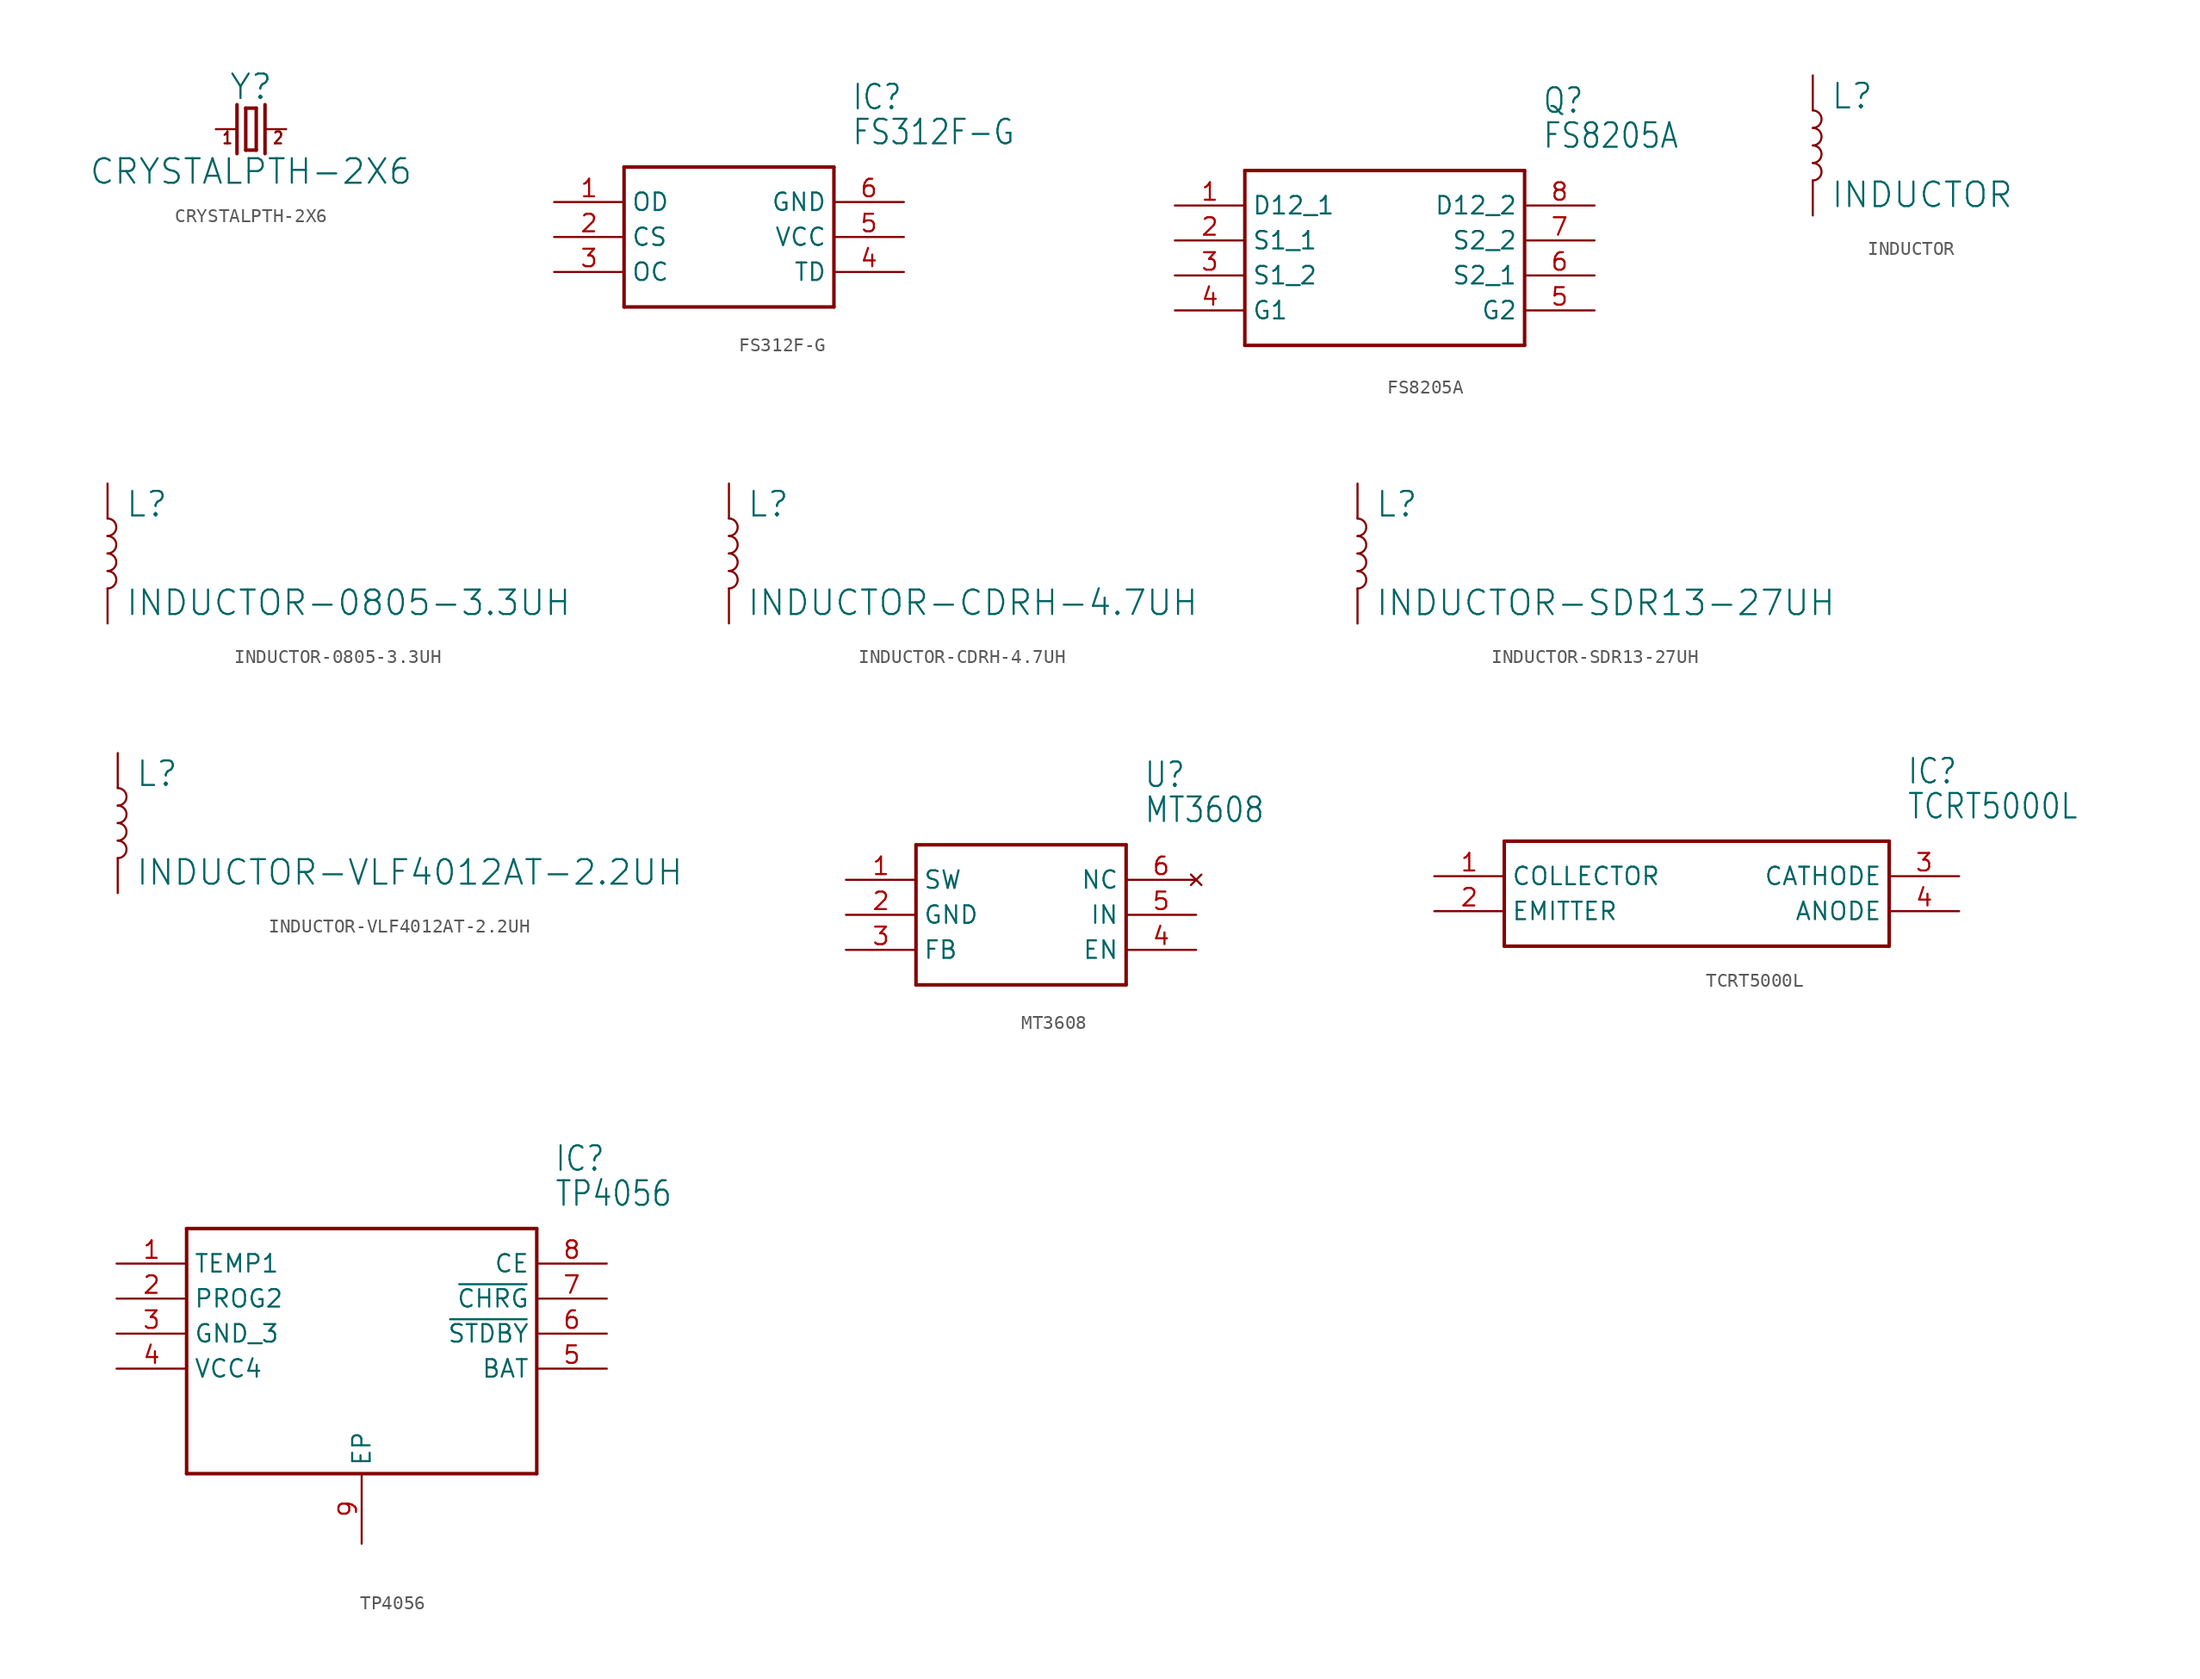
<source format=kicad_sym>
(kicad_symbol_lib
  (version 20211014)
  (generator kicad_symbol_editor)
  (symbol "CRYSTALPTH-2X6"
    (property "Reference" "Y"
      (at 0 2.032 0)
      (effects (font (size 1.778 1.778)) (justify bottom)))
    (property "Value" "CRYSTALPTH-2X6"
      (at 0 -2.032 0)
      (effects (font (size 1.778 1.778)) (justify top)))
    (property "ki_locked" ""
      (at 0 0 0)
      (effects (font (size 1.27 1.27))))
    (symbol "CRYSTALPTH-2X6_1_0"
      (polyline (pts (xy -2.54 0) (xy -1.016 0)) (stroke (width 0.152) (type default) (color 0 0 0 0)) (fill (type none)))
      (polyline (pts (xy -1.016 1.778) (xy -1.016 -1.778)) (stroke (width 0.254) (type default) (color 0 0 0 0)) (fill (type none)))
      (polyline (pts (xy -0.381 -1.524) (xy 0.381 -1.524)) (stroke (width 0.254) (type default) (color 0 0 0 0)) (fill (type none)))
      (polyline (pts (xy -0.381 1.524) (xy -0.381 -1.524)) (stroke (width 0.254) (type default) (color 0 0 0 0)) (fill (type none)))
      (polyline (pts (xy 0.381 -1.524) (xy 0.381 1.524)) (stroke (width 0.254) (type default) (color 0 0 0 0)) (fill (type none)))
      (polyline (pts (xy 0.381 1.524) (xy -0.381 1.524)) (stroke (width 0.254) (type default) (color 0 0 0 0)) (fill (type none)))
      (polyline (pts (xy 1.016 0) (xy 2.54 0)) (stroke (width 0.152) (type default) (color 0 0 0 0)) (fill (type none)))
      (polyline (pts (xy 1.016 1.778) (xy 1.016 -1.778)) (stroke (width 0.254) (type default) (color 0 0 0 0)) (fill (type none)))
      (text "1" (at -2.159 -1.143 0) (effects (font (size 0.864 0.734)) (justify left bottom)))
      (text "2" (at 1.524 -1.143 0) (effects (font (size 0.864 0.734)) (justify left bottom)))
      (pin passive line (at -2.54 0 0) (length 0) (name "1" (effects (font (size 0 0)))) (number "1" (effects (font (size 0 0)))))
      (pin passive line (at 2.54 0 180) (length 0) (name "2" (effects (font (size 0 0)))) (number "2" (effects (font (size 0 0)))))))
  (symbol "FS312F-G"
    (property "Reference" "IC"
      (at 21.59 7.62 0)
      (effects (font (size 1.778 1.511)) (justify left)))
    (property "Value" "FS312F-G"
      (at 21.59 5.08 0)
      (effects (font (size 1.778 1.511)) (justify left)))
    (property "ki_locked" ""
      (at 0 0 0)
      (effects (font (size 1.27 1.27))))
    (symbol "FS312F-G_1_0"
      (polyline (pts (xy 5.08 2.54) (xy 5.08 -7.62)) (stroke (width 0.254) (type default) (color 0 0 0 0)) (fill (type none)))
      (polyline (pts (xy 5.08 2.54) (xy 20.32 2.54)) (stroke (width 0.254) (type default) (color 0 0 0 0)) (fill (type none)))
      (polyline (pts (xy 20.32 -7.62) (xy 5.08 -7.62)) (stroke (width 0.254) (type default) (color 0 0 0 0)) (fill (type none)))
      (polyline (pts (xy 20.32 -7.62) (xy 20.32 2.54)) (stroke (width 0.254) (type default) (color 0 0 0 0)) (fill (type none)))
      (pin bidirectional line (at 0 0 0) (length 5.08) (name "OD" (effects (font (size 1.27 1.27)))) (number "1" (effects (font (size 1.27 1.27)))))
      (pin bidirectional line (at 0 -2.54 0) (length 5.08) (name "CS" (effects (font (size 1.27 1.27)))) (number "2" (effects (font (size 1.27 1.27)))))
      (pin bidirectional line (at 0 -5.08 0) (length 5.08) (name "OC" (effects (font (size 1.27 1.27)))) (number "3" (effects (font (size 1.27 1.27)))))
      (pin bidirectional line (at 25.4 -5.08 180) (length 5.08) (name "TD" (effects (font (size 1.27 1.27)))) (number "4" (effects (font (size 1.27 1.27)))))
      (pin bidirectional line (at 25.4 -2.54 180) (length 5.08) (name "VCC" (effects (font (size 1.27 1.27)))) (number "5" (effects (font (size 1.27 1.27)))))
      (pin bidirectional line (at 25.4 0 180) (length 5.08) (name "GND" (effects (font (size 1.27 1.27)))) (number "6" (effects (font (size 1.27 1.27)))))))
  (symbol "FS8205A"
    (property "Reference" "Q"
      (at 26.67 7.62 0)
      (effects (font (size 1.778 1.511)) (justify left)))
    (property "Value" "FS8205A"
      (at 26.67 5.08 0)
      (effects (font (size 1.778 1.511)) (justify left)))
    (property "ki_locked" ""
      (at 0 0 0)
      (effects (font (size 1.27 1.27))))
    (symbol "FS8205A_1_0"
      (polyline (pts (xy 5.08 2.54) (xy 5.08 -10.16)) (stroke (width 0.254) (type default) (color 0 0 0 0)) (fill (type none)))
      (polyline (pts (xy 5.08 2.54) (xy 25.4 2.54)) (stroke (width 0.254) (type default) (color 0 0 0 0)) (fill (type none)))
      (polyline (pts (xy 25.4 -10.16) (xy 5.08 -10.16)) (stroke (width 0.254) (type default) (color 0 0 0 0)) (fill (type none)))
      (polyline (pts (xy 25.4 -10.16) (xy 25.4 2.54)) (stroke (width 0.254) (type default) (color 0 0 0 0)) (fill (type none)))
      (pin bidirectional line (at 0 0 0) (length 5.08) (name "D12_1" (effects (font (size 1.27 1.27)))) (number "1" (effects (font (size 1.27 1.27)))))
      (pin bidirectional line (at 0 -2.54 0) (length 5.08) (name "S1_1" (effects (font (size 1.27 1.27)))) (number "2" (effects (font (size 1.27 1.27)))))
      (pin bidirectional line (at 0 -5.08 0) (length 5.08) (name "S1_2" (effects (font (size 1.27 1.27)))) (number "3" (effects (font (size 1.27 1.27)))))
      (pin bidirectional line (at 0 -7.62 0) (length 5.08) (name "G1" (effects (font (size 1.27 1.27)))) (number "4" (effects (font (size 1.27 1.27)))))
      (pin bidirectional line (at 30.48 -7.62 180) (length 5.08) (name "G2" (effects (font (size 1.27 1.27)))) (number "5" (effects (font (size 1.27 1.27)))))
      (pin bidirectional line (at 30.48 -5.08 180) (length 5.08) (name "S2_1" (effects (font (size 1.27 1.27)))) (number "6" (effects (font (size 1.27 1.27)))))
      (pin bidirectional line (at 30.48 -2.54 180) (length 5.08) (name "S2_2" (effects (font (size 1.27 1.27)))) (number "7" (effects (font (size 1.27 1.27)))))
      (pin bidirectional line (at 30.48 0 180) (length 5.08) (name "D12_2" (effects (font (size 1.27 1.27)))) (number "8" (effects (font (size 1.27 1.27)))))))
  (symbol "INDUCTOR"
    (property "Reference" "L"
      (at 1.27 2.54 0)
      (effects (font (size 1.778 1.778)) (justify left bottom)))
    (property "Value" "INDUCTOR"
      (at 1.27 -2.54 0)
      (effects (font (size 1.778 1.778)) (justify left top)))
    (property "ki_locked" ""
      (at 0 0 0)
      (effects (font (size 1.27 1.27))))
    (symbol "INDUCTOR_1_0"
      (arc (start 0 -2.54) (mid 0.635 -1.905) (end 0 -1.27) (stroke (width 0.1524) (type default) (color 0 0 0 0)) (fill (type none)))
      (arc (start 0 -1.27) (mid 0.635 -0.635) (end 0 0) (stroke (width 0.1524) (type default) (color 0 0 0 0)) (fill (type none)))
      (arc (start 0 0) (mid 0.635 0.635) (end 0 1.27) (stroke (width 0.1524) (type default) (color 0 0 0 0)) (fill (type none)))
      (arc (start 0 1.27) (mid 0.635 1.905) (end 0 2.54) (stroke (width 0.1524) (type default) (color 0 0 0 0)) (fill (type none)))
      (pin passive line (at 0 5.08 270) (length 2.54) (name "1" (effects (font (size 0 0)))) (number "P$1" (effects (font (size 0 0)))))
      (pin passive line (at 0 -5.08 90) (length 2.54) (name "2" (effects (font (size 0 0)))) (number "P$2" (effects (font (size 0 0)))))))
  (symbol "INDUCTOR-0805-3.3UH"
    (property "Reference" "L"
      (at 1.27 2.54 0)
      (effects (font (size 1.778 1.778)) (justify left bottom)))
    (property "Value" "INDUCTOR-0805-3.3UH"
      (at 1.27 -2.54 0)
      (effects (font (size 1.778 1.778)) (justify left top)))
    (property "ki_locked" ""
      (at 0 0 0)
      (effects (font (size 1.27 1.27))))
    (symbol "INDUCTOR-0805-3.3UH_1_0"
      (arc (start 0 -2.54) (mid 0.635 -1.905) (end 0 -1.27) (stroke (width 0.1524) (type default) (color 0 0 0 0)) (fill (type none)))
      (arc (start 0 -1.27) (mid 0.635 -0.635) (end 0 0) (stroke (width 0.1524) (type default) (color 0 0 0 0)) (fill (type none)))
      (arc (start 0 0) (mid 0.635 0.635) (end 0 1.27) (stroke (width 0.1524) (type default) (color 0 0 0 0)) (fill (type none)))
      (arc (start 0 1.27) (mid 0.635 1.905) (end 0 2.54) (stroke (width 0.1524) (type default) (color 0 0 0 0)) (fill (type none)))
      (pin passive line (at 0 5.08 270) (length 2.54) (name "1" (effects (font (size 0 0)))) (number "1" (effects (font (size 0 0)))))
      (pin passive line (at 0 -5.08 90) (length 2.54) (name "2" (effects (font (size 0 0)))) (number "2" (effects (font (size 0 0)))))))
  (symbol "INDUCTOR-CDRH-4.7UH"
    (property "Reference" "L"
      (at 1.27 2.54 0)
      (effects (font (size 1.778 1.778)) (justify left bottom)))
    (property "Value" "INDUCTOR-CDRH-4.7UH"
      (at 1.27 -2.54 0)
      (effects (font (size 1.778 1.778)) (justify left top)))
    (property "ki_locked" ""
      (at 0 0 0)
      (effects (font (size 1.27 1.27))))
    (symbol "INDUCTOR-CDRH-4.7UH_1_0"
      (arc (start 0 -2.54) (mid 0.635 -1.905) (end 0 -1.27) (stroke (width 0.1524) (type default) (color 0 0 0 0)) (fill (type none)))
      (arc (start 0 -1.27) (mid 0.635 -0.635) (end 0 0) (stroke (width 0.1524) (type default) (color 0 0 0 0)) (fill (type none)))
      (arc (start 0 0) (mid 0.635 0.635) (end 0 1.27) (stroke (width 0.1524) (type default) (color 0 0 0 0)) (fill (type none)))
      (arc (start 0 1.27) (mid 0.635 1.905) (end 0 2.54) (stroke (width 0.1524) (type default) (color 0 0 0 0)) (fill (type none)))
      (pin passive line (at 0 5.08 270) (length 2.54) (name "1" (effects (font (size 0 0)))) (number "P$1" (effects (font (size 0 0)))))
      (pin passive line (at 0 -5.08 90) (length 2.54) (name "2" (effects (font (size 0 0)))) (number "P$2" (effects (font (size 0 0)))))))
  (symbol "INDUCTOR-SDR13-27UH"
    (property "Reference" "L"
      (at 1.27 2.54 0)
      (effects (font (size 1.778 1.778)) (justify left bottom)))
    (property "Value" "INDUCTOR-SDR13-27UH"
      (at 1.27 -2.54 0)
      (effects (font (size 1.778 1.778)) (justify left top)))
    (property "ki_locked" ""
      (at 0 0 0)
      (effects (font (size 1.27 1.27))))
    (symbol "INDUCTOR-SDR13-27UH_1_0"
      (arc (start 0 -2.54) (mid 0.635 -1.905) (end 0 -1.27) (stroke (width 0.1524) (type default) (color 0 0 0 0)) (fill (type none)))
      (arc (start 0 -1.27) (mid 0.635 -0.635) (end 0 0) (stroke (width 0.1524) (type default) (color 0 0 0 0)) (fill (type none)))
      (arc (start 0 0) (mid 0.635 0.635) (end 0 1.27) (stroke (width 0.1524) (type default) (color 0 0 0 0)) (fill (type none)))
      (arc (start 0 1.27) (mid 0.635 1.905) (end 0 2.54) (stroke (width 0.1524) (type default) (color 0 0 0 0)) (fill (type none)))
      (pin passive line (at 0 5.08 270) (length 2.54) (name "1" (effects (font (size 0 0)))) (number "P$1" (effects (font (size 0 0)))))
      (pin passive line (at 0 -5.08 90) (length 2.54) (name "2" (effects (font (size 0 0)))) (number "P$2" (effects (font (size 0 0)))))))
  (symbol "INDUCTOR-VLF4012AT-2.2UH"
    (property "Reference" "L"
      (at 1.27 2.54 0)
      (effects (font (size 1.778 1.778)) (justify left bottom)))
    (property "Value" "INDUCTOR-VLF4012AT-2.2UH"
      (at 1.27 -2.54 0)
      (effects (font (size 1.778 1.778)) (justify left top)))
    (property "ki_locked" ""
      (at 0 0 0)
      (effects (font (size 1.27 1.27))))
    (symbol "INDUCTOR-VLF4012AT-2.2UH_1_0"
      (arc (start 0 -2.54) (mid 0.635 -1.905) (end 0 -1.27) (stroke (width 0.1524) (type default) (color 0 0 0 0)) (fill (type none)))
      (arc (start 0 -1.27) (mid 0.635 -0.635) (end 0 0) (stroke (width 0.1524) (type default) (color 0 0 0 0)) (fill (type none)))
      (arc (start 0 0) (mid 0.635 0.635) (end 0 1.27) (stroke (width 0.1524) (type default) (color 0 0 0 0)) (fill (type none)))
      (arc (start 0 1.27) (mid 0.635 1.905) (end 0 2.54) (stroke (width 0.1524) (type default) (color 0 0 0 0)) (fill (type none)))
      (pin passive line (at 0 5.08 270) (length 2.54) (name "1" (effects (font (size 0 0)))) (number "P$1" (effects (font (size 0 0)))))
      (pin passive line (at 0 -5.08 90) (length 2.54) (name "2" (effects (font (size 0 0)))) (number "P$2" (effects (font (size 0 0)))))))
  (symbol "MT3608"
    (property "Reference" "U"
      (at 21.59 7.62 0)
      (effects (font (size 1.778 1.511)) (justify left)))
    (property "Value" "MT3608"
      (at 21.59 5.08 0)
      (effects (font (size 1.778 1.511)) (justify left)))
    (property "ki_locked" ""
      (at 0 0 0)
      (effects (font (size 1.27 1.27))))
    (symbol "MT3608_1_0"
      (polyline (pts (xy 5.08 2.54) (xy 5.08 -7.62)) (stroke (width 0.254) (type default) (color 0 0 0 0)) (fill (type none)))
      (polyline (pts (xy 5.08 2.54) (xy 20.32 2.54)) (stroke (width 0.254) (type default) (color 0 0 0 0)) (fill (type none)))
      (polyline (pts (xy 20.32 -7.62) (xy 5.08 -7.62)) (stroke (width 0.254) (type default) (color 0 0 0 0)) (fill (type none)))
      (polyline (pts (xy 20.32 -7.62) (xy 20.32 2.54)) (stroke (width 0.254) (type default) (color 0 0 0 0)) (fill (type none)))
      (pin bidirectional line (at 0 0 0) (length 5.08) (name "SW" (effects (font (size 1.27 1.27)))) (number "1" (effects (font (size 1.27 1.27)))))
      (pin bidirectional line (at 0 -2.54 0) (length 5.08) (name "GND" (effects (font (size 1.27 1.27)))) (number "2" (effects (font (size 1.27 1.27)))))
      (pin bidirectional line (at 0 -5.08 0) (length 5.08) (name "FB" (effects (font (size 1.27 1.27)))) (number "3" (effects (font (size 1.27 1.27)))))
      (pin bidirectional line (at 25.4 -5.08 180) (length 5.08) (name "EN" (effects (font (size 1.27 1.27)))) (number "4" (effects (font (size 1.27 1.27)))))
      (pin bidirectional line (at 25.4 -2.54 180) (length 5.08) (name "IN" (effects (font (size 1.27 1.27)))) (number "5" (effects (font (size 1.27 1.27)))))
      (pin no_connect line (at 25.4 0 180) (length 5.08) (name "NC" (effects (font (size 1.27 1.27)))) (number "6" (effects (font (size 1.27 1.27)))))))
  (symbol "TCRT5000L"
    (property "Reference" "IC"
      (at 34.29 7.62 0)
      (effects (font (size 1.778 1.511)) (justify left)))
    (property "Value" "TCRT5000L"
      (at 34.29 5.08 0)
      (effects (font (size 1.778 1.511)) (justify left)))
    (property "ki_locked" ""
      (at 0 0 0)
      (effects (font (size 1.27 1.27))))
    (symbol "TCRT5000L_1_0"
      (polyline (pts (xy 5.08 2.54) (xy 5.08 -5.08)) (stroke (width 0.254) (type default) (color 0 0 0 0)) (fill (type none)))
      (polyline (pts (xy 5.08 2.54) (xy 33.02 2.54)) (stroke (width 0.254) (type default) (color 0 0 0 0)) (fill (type none)))
      (polyline (pts (xy 33.02 -5.08) (xy 5.08 -5.08)) (stroke (width 0.254) (type default) (color 0 0 0 0)) (fill (type none)))
      (polyline (pts (xy 33.02 -5.08) (xy 33.02 2.54)) (stroke (width 0.254) (type default) (color 0 0 0 0)) (fill (type none)))
      (pin bidirectional line (at 0 0 0) (length 5.08) (name "COLLECTOR" (effects (font (size 1.27 1.27)))) (number "1" (effects (font (size 1.27 1.27)))))
      (pin bidirectional line (at 0 -2.54 0) (length 5.08) (name "EMITTER" (effects (font (size 1.27 1.27)))) (number "2" (effects (font (size 1.27 1.27)))))
      (pin bidirectional line (at 38.1 0 180) (length 5.08) (name "CATHODE" (effects (font (size 1.27 1.27)))) (number "3" (effects (font (size 1.27 1.27)))))
      (pin bidirectional line (at 38.1 -2.54 180) (length 5.08) (name "ANODE" (effects (font (size 1.27 1.27)))) (number "4" (effects (font (size 1.27 1.27)))))))
  (symbol "TP4056"
    (property "Reference" "IC"
      (at 31.75 7.62 0)
      (effects (font (size 1.778 1.511)) (justify left)))
    (property "Value" "TP4056"
      (at 31.75 5.08 0)
      (effects (font (size 1.778 1.511)) (justify left)))
    (property "ki_locked" ""
      (at 0 0 0)
      (effects (font (size 1.27 1.27))))
    (symbol "TP4056_1_0"
      (polyline (pts (xy 5.08 2.54) (xy 5.08 -15.24)) (stroke (width 0.254) (type default) (color 0 0 0 0)) (fill (type none)))
      (polyline (pts (xy 5.08 2.54) (xy 30.48 2.54)) (stroke (width 0.254) (type default) (color 0 0 0 0)) (fill (type none)))
      (polyline (pts (xy 30.48 -15.24) (xy 5.08 -15.24)) (stroke (width 0.254) (type default) (color 0 0 0 0)) (fill (type none)))
      (polyline (pts (xy 30.48 -15.24) (xy 30.48 2.54)) (stroke (width 0.254) (type default) (color 0 0 0 0)) (fill (type none)))
      (pin bidirectional line (at 0 0 0) (length 5.08) (name "TEMP1" (effects (font (size 1.27 1.27)))) (number "1" (effects (font (size 1.27 1.27)))))
      (pin bidirectional line (at 0 -2.54 0) (length 5.08) (name "PROG2" (effects (font (size 1.27 1.27)))) (number "2" (effects (font (size 1.27 1.27)))))
      (pin bidirectional line (at 0 -5.08 0) (length 5.08) (name "GND_3" (effects (font (size 1.27 1.27)))) (number "3" (effects (font (size 1.27 1.27)))))
      (pin bidirectional line (at 0 -7.62 0) (length 5.08) (name "VCC4" (effects (font (size 1.27 1.27)))) (number "4" (effects (font (size 1.27 1.27)))))
      (pin bidirectional line (at 35.56 -7.62 180) (length 5.08) (name "BAT" (effects (font (size 1.27 1.27)))) (number "5" (effects (font (size 1.27 1.27)))))
      (pin bidirectional line (at 35.56 -5.08 180) (length 5.08) (name "~{STDBY}" (effects (font (size 1.27 1.27)))) (number "6" (effects (font (size 1.27 1.27)))))
      (pin bidirectional line (at 35.56 -2.54 180) (length 5.08) (name "~{CHRG}" (effects (font (size 1.27 1.27)))) (number "7" (effects (font (size 1.27 1.27)))))
      (pin bidirectional line (at 35.56 0 180) (length 5.08) (name "CE" (effects (font (size 1.27 1.27)))) (number "8" (effects (font (size 1.27 1.27)))))
      (pin bidirectional line (at 17.78 -20.32 90) (length 5.08) (name "EP" (effects (font (size 1.27 1.27)))) (number "9" (effects (font (size 1.27 1.27))))))))
</source>
